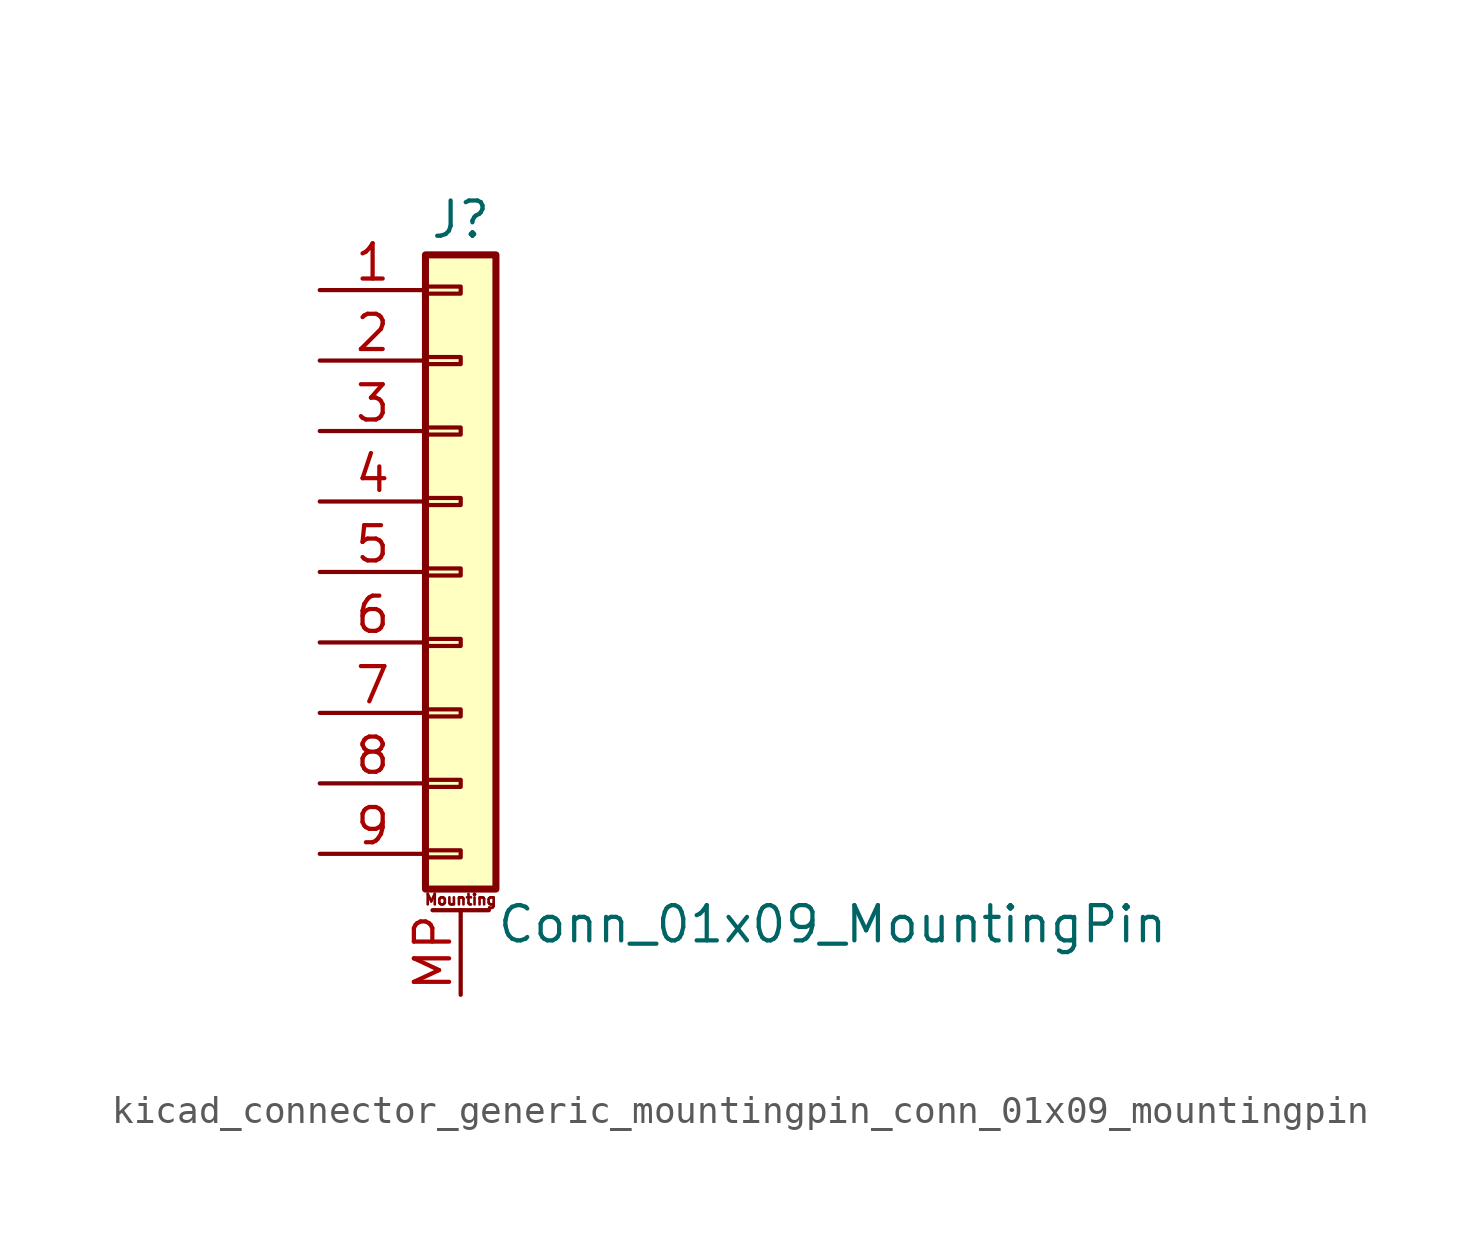
<source format=kicad_sym>
(kicad_symbol_lib
  (version 20220914)
  (generator kicad_symbol_editor)
  (symbol "kicad_connector_generic_mountingpin_conn_01x09_mountingpin"
    (pin_names
      (offset 1.016) hide)
    (property "Reference" "J"
      (at 0 12.7 0)
      (effects (font (size 1.27 1.27))))
    (property "Value" "Conn_01x09_MountingPin"
      (at 1.27 -12.7 0)
      (effects (font (size 1.27 1.27)) (justify left)))
    (symbol "kicad_connector_generic_mountingpin_conn_01x09_mountingpin_1_1"
      (rectangle (start -1.27 -10.033) (end 0 -10.287) (stroke (width 0.152) (type default)) (fill (type none)))
      (rectangle (start -1.27 -7.493) (end 0 -7.747) (stroke (width 0.152) (type default)) (fill (type none)))
      (rectangle (start -1.27 -4.953) (end 0 -5.207) (stroke (width 0.152) (type default)) (fill (type none)))
      (rectangle (start -1.27 -2.413) (end 0 -2.667) (stroke (width 0.152) (type default)) (fill (type none)))
      (rectangle (start -1.27 0.127) (end 0 -0.127) (stroke (width 0.152) (type default)) (fill (type none)))
      (rectangle (start -1.27 2.667) (end 0 2.413) (stroke (width 0.152) (type default)) (fill (type none)))
      (rectangle (start -1.27 5.207) (end 0 4.953) (stroke (width 0.152) (type default)) (fill (type none)))
      (rectangle (start -1.27 7.747) (end 0 7.493) (stroke (width 0.152) (type default)) (fill (type none)))
      (rectangle (start -1.27 10.287) (end 0 10.033) (stroke (width 0.152) (type default)) (fill (type none)))
      (rectangle (start -1.27 11.43) (end 1.27 -11.43) (stroke (width 0.254) (type default)) (fill (type background)))
      (polyline (pts (xy -1.016 -12.192) (xy 1.016 -12.192)) (stroke (width 0.152) (type default)) (fill (type none)))
      (text "Mounting" (at 0 -11.811 0) (effects (font (size 0.381 0.381))))
      (pin passive line (at -5.08 10.16 0) (length 3.81) (name "Pin_1" (effects (font (size 1.27 1.27)))) (number "1" (effects (font (size 1.27 1.27)))))
      (pin passive line (at -5.08 7.62 0) (length 3.81) (name "Pin_2" (effects (font (size 1.27 1.27)))) (number "2" (effects (font (size 1.27 1.27)))))
      (pin passive line (at -5.08 5.08 0) (length 3.81) (name "Pin_3" (effects (font (size 1.27 1.27)))) (number "3" (effects (font (size 1.27 1.27)))))
      (pin passive line (at -5.08 2.54 0) (length 3.81) (name "Pin_4" (effects (font (size 1.27 1.27)))) (number "4" (effects (font (size 1.27 1.27)))))
      (pin passive line (at -5.08 0 0) (length 3.81) (name "Pin_5" (effects (font (size 1.27 1.27)))) (number "5" (effects (font (size 1.27 1.27)))))
      (pin passive line (at -5.08 -2.54 0) (length 3.81) (name "Pin_6" (effects (font (size 1.27 1.27)))) (number "6" (effects (font (size 1.27 1.27)))))
      (pin passive line (at -5.08 -5.08 0) (length 3.81) (name "Pin_7" (effects (font (size 1.27 1.27)))) (number "7" (effects (font (size 1.27 1.27)))))
      (pin passive line (at -5.08 -7.62 0) (length 3.81) (name "Pin_8" (effects (font (size 1.27 1.27)))) (number "8" (effects (font (size 1.27 1.27)))))
      (pin passive line (at -5.08 -10.16 0) (length 3.81) (name "Pin_9" (effects (font (size 1.27 1.27)))) (number "9" (effects (font (size 1.27 1.27)))))
      (pin passive line (at 0 -15.24 90) (length 3.048) (name "MountPin" (effects (font (size 1.27 1.27)))) (number "MP" (effects (font (size 1.27 1.27))))))))
</source>
